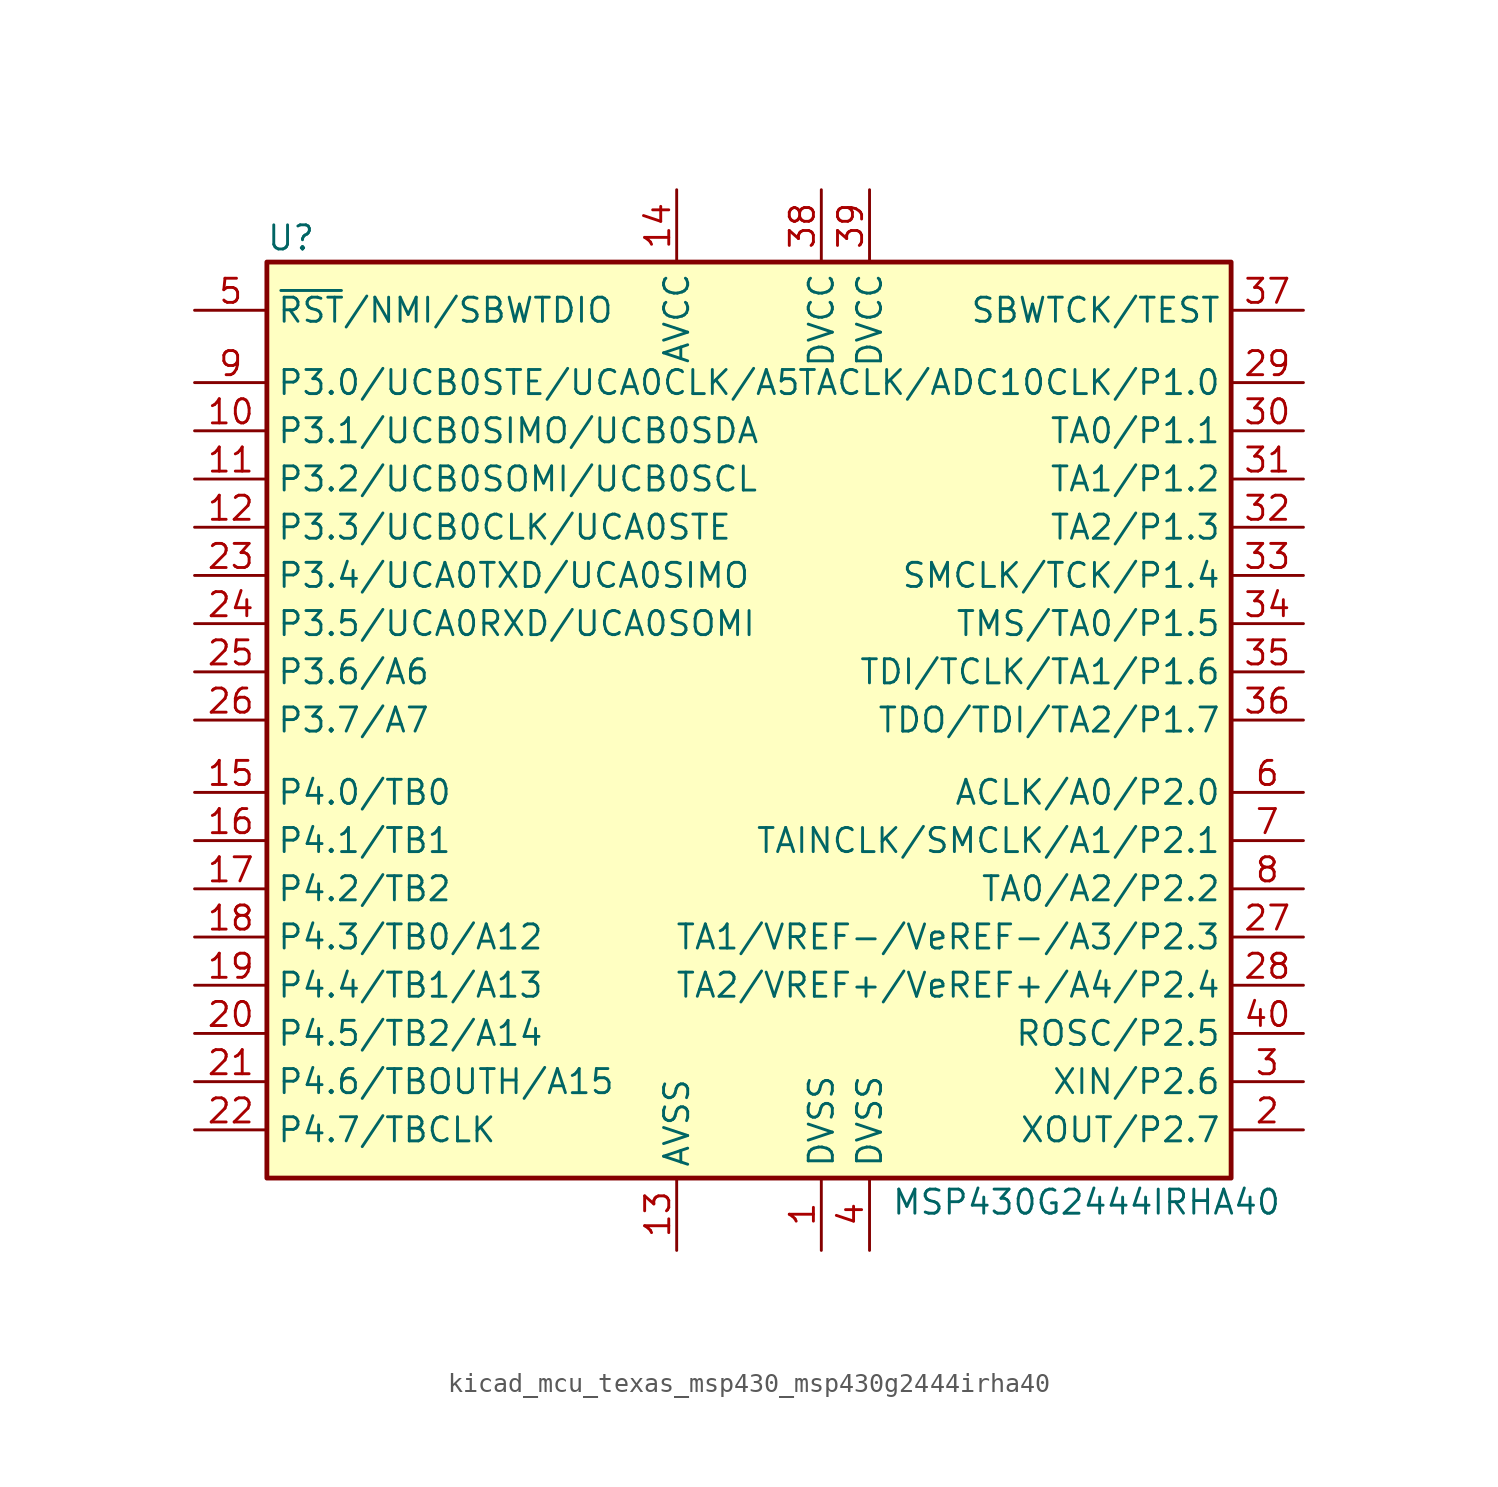
<source format=kicad_sym>
(kicad_symbol_lib
  (version 20220914)
  (generator kicad_symbol_editor)
  (symbol "kicad_mcu_texas_msp430_msp430g2444irha40"
    (property "Reference" "U"
      (at -24.13 25.4 0)
      (effects (font (size 1.27 1.27))))
    (property "Value" "MSP430G2444IRHA40"
      (at 17.78 -25.4 0)
      (effects (font (size 1.27 1.27))))
    (symbol "kicad_mcu_texas_msp430_msp430g2444irha40_0_1"
      (rectangle (start -25.4 24.13) (end 25.4 -24.13) (stroke (width 0.254) (type default)) (fill (type background))))
    (symbol "kicad_mcu_texas_msp430_msp430g2444irha40_1_1"
      (pin power_in line (at 3.81 -27.94 90) (length 3.81) (name "DVSS" (effects (font (size 1.27 1.27)))) (number "1" (effects (font (size 1.27 1.27)))))
      (pin bidirectional line (at -29.21 15.24 0) (length 3.81) (name "P3.1/UCB0SIMO/UCB0SDA" (effects (font (size 1.27 1.27)))) (number "10" (effects (font (size 1.27 1.27)))))
      (pin bidirectional line (at -29.21 12.7 0) (length 3.81) (name "P3.2/UCB0SOMI/UCB0SCL" (effects (font (size 1.27 1.27)))) (number "11" (effects (font (size 1.27 1.27)))))
      (pin bidirectional line (at -29.21 10.16 0) (length 3.81) (name "P3.3/UCB0CLK/UCA0STE" (effects (font (size 1.27 1.27)))) (number "12" (effects (font (size 1.27 1.27)))))
      (pin power_in line (at -3.81 -27.94 90) (length 3.81) (name "AVSS" (effects (font (size 1.27 1.27)))) (number "13" (effects (font (size 1.27 1.27)))))
      (pin power_in line (at -3.81 27.94 270) (length 3.81) (name "AVCC" (effects (font (size 1.27 1.27)))) (number "14" (effects (font (size 1.27 1.27)))))
      (pin bidirectional line (at -29.21 -3.81 0) (length 3.81) (name "P4.0/TB0" (effects (font (size 1.27 1.27)))) (number "15" (effects (font (size 1.27 1.27)))))
      (pin bidirectional line (at -29.21 -6.35 0) (length 3.81) (name "P4.1/TB1" (effects (font (size 1.27 1.27)))) (number "16" (effects (font (size 1.27 1.27)))))
      (pin bidirectional line (at -29.21 -8.89 0) (length 3.81) (name "P4.2/TB2" (effects (font (size 1.27 1.27)))) (number "17" (effects (font (size 1.27 1.27)))))
      (pin bidirectional line (at -29.21 -11.43 0) (length 3.81) (name "P4.3/TB0/A12" (effects (font (size 1.27 1.27)))) (number "18" (effects (font (size 1.27 1.27)))))
      (pin bidirectional line (at -29.21 -13.97 0) (length 3.81) (name "P4.4/TB1/A13" (effects (font (size 1.27 1.27)))) (number "19" (effects (font (size 1.27 1.27)))))
      (pin bidirectional line (at 29.21 -21.59 180) (length 3.81) (name "XOUT/P2.7" (effects (font (size 1.27 1.27)))) (number "2" (effects (font (size 1.27 1.27)))))
      (pin bidirectional line (at -29.21 -16.51 0) (length 3.81) (name "P4.5/TB2/A14" (effects (font (size 1.27 1.27)))) (number "20" (effects (font (size 1.27 1.27)))))
      (pin bidirectional line (at -29.21 -19.05 0) (length 3.81) (name "P4.6/TBOUTH/A15" (effects (font (size 1.27 1.27)))) (number "21" (effects (font (size 1.27 1.27)))))
      (pin bidirectional line (at -29.21 -21.59 0) (length 3.81) (name "P4.7/TBCLK" (effects (font (size 1.27 1.27)))) (number "22" (effects (font (size 1.27 1.27)))))
      (pin bidirectional line (at -29.21 7.62 0) (length 3.81) (name "P3.4/UCA0TXD/UCA0SIMO" (effects (font (size 1.27 1.27)))) (number "23" (effects (font (size 1.27 1.27)))))
      (pin bidirectional line (at -29.21 5.08 0) (length 3.81) (name "P3.5/UCA0RXD/UCA0SOMI" (effects (font (size 1.27 1.27)))) (number "24" (effects (font (size 1.27 1.27)))))
      (pin bidirectional line (at -29.21 2.54 0) (length 3.81) (name "P3.6/A6" (effects (font (size 1.27 1.27)))) (number "25" (effects (font (size 1.27 1.27)))))
      (pin bidirectional line (at -29.21 0 0) (length 3.81) (name "P3.7/A7" (effects (font (size 1.27 1.27)))) (number "26" (effects (font (size 1.27 1.27)))))
      (pin bidirectional line (at 29.21 -11.43 180) (length 3.81) (name "TA1/VREF-/VeREF-/A3/P2.3" (effects (font (size 1.27 1.27)))) (number "27" (effects (font (size 1.27 1.27)))))
      (pin bidirectional line (at 29.21 -13.97 180) (length 3.81) (name "TA2/VREF+/VeREF+/A4/P2.4" (effects (font (size 1.27 1.27)))) (number "28" (effects (font (size 1.27 1.27)))))
      (pin bidirectional line (at 29.21 17.78 180) (length 3.81) (name "TACLK/ADC10CLK/P1.0" (effects (font (size 1.27 1.27)))) (number "29" (effects (font (size 1.27 1.27)))))
      (pin bidirectional line (at 29.21 -19.05 180) (length 3.81) (name "XIN/P2.6" (effects (font (size 1.27 1.27)))) (number "3" (effects (font (size 1.27 1.27)))))
      (pin bidirectional line (at 29.21 15.24 180) (length 3.81) (name "TA0/P1.1" (effects (font (size 1.27 1.27)))) (number "30" (effects (font (size 1.27 1.27)))))
      (pin bidirectional line (at 29.21 12.7 180) (length 3.81) (name "TA1/P1.2" (effects (font (size 1.27 1.27)))) (number "31" (effects (font (size 1.27 1.27)))))
      (pin bidirectional line (at 29.21 10.16 180) (length 3.81) (name "TA2/P1.3" (effects (font (size 1.27 1.27)))) (number "32" (effects (font (size 1.27 1.27)))))
      (pin bidirectional line (at 29.21 7.62 180) (length 3.81) (name "SMCLK/TCK/P1.4" (effects (font (size 1.27 1.27)))) (number "33" (effects (font (size 1.27 1.27)))))
      (pin bidirectional line (at 29.21 5.08 180) (length 3.81) (name "TMS/TA0/P1.5" (effects (font (size 1.27 1.27)))) (number "34" (effects (font (size 1.27 1.27)))))
      (pin bidirectional line (at 29.21 2.54 180) (length 3.81) (name "TDI/TCLK/TA1/P1.6" (effects (font (size 1.27 1.27)))) (number "35" (effects (font (size 1.27 1.27)))))
      (pin bidirectional line (at 29.21 0 180) (length 3.81) (name "TDO/TDI/TA2/P1.7" (effects (font (size 1.27 1.27)))) (number "36" (effects (font (size 1.27 1.27)))))
      (pin input line (at 29.21 21.59 180) (length 3.81) (name "SBWTCK/TEST" (effects (font (size 1.27 1.27)))) (number "37" (effects (font (size 1.27 1.27)))))
      (pin power_in line (at 3.81 27.94 270) (length 3.81) (name "DVCC" (effects (font (size 1.27 1.27)))) (number "38" (effects (font (size 1.27 1.27)))))
      (pin power_in line (at 6.35 27.94 270) (length 3.81) (name "DVCC" (effects (font (size 1.27 1.27)))) (number "39" (effects (font (size 1.27 1.27)))))
      (pin power_in line (at 6.35 -27.94 90) (length 3.81) (name "DVSS" (effects (font (size 1.27 1.27)))) (number "4" (effects (font (size 1.27 1.27)))))
      (pin bidirectional line (at 29.21 -16.51 180) (length 3.81) (name "ROSC/P2.5" (effects (font (size 1.27 1.27)))) (number "40" (effects (font (size 1.27 1.27)))))
      (pin input line (at -29.21 21.59 0) (length 3.81) (name "~{RST}/NMI/SBWTDIO" (effects (font (size 1.27 1.27)))) (number "5" (effects (font (size 1.27 1.27)))))
      (pin bidirectional line (at 29.21 -3.81 180) (length 3.81) (name "ACLK/A0/P2.0" (effects (font (size 1.27 1.27)))) (number "6" (effects (font (size 1.27 1.27)))))
      (pin bidirectional line (at 29.21 -6.35 180) (length 3.81) (name "TAINCLK/SMCLK/A1/P2.1" (effects (font (size 1.27 1.27)))) (number "7" (effects (font (size 1.27 1.27)))))
      (pin bidirectional line (at 29.21 -8.89 180) (length 3.81) (name "TA0/A2/P2.2" (effects (font (size 1.27 1.27)))) (number "8" (effects (font (size 1.27 1.27)))))
      (pin bidirectional line (at -29.21 17.78 0) (length 3.81) (name "P3.0/UCB0STE/UCA0CLK/A5" (effects (font (size 1.27 1.27)))) (number "9" (effects (font (size 1.27 1.27))))))))
</source>
